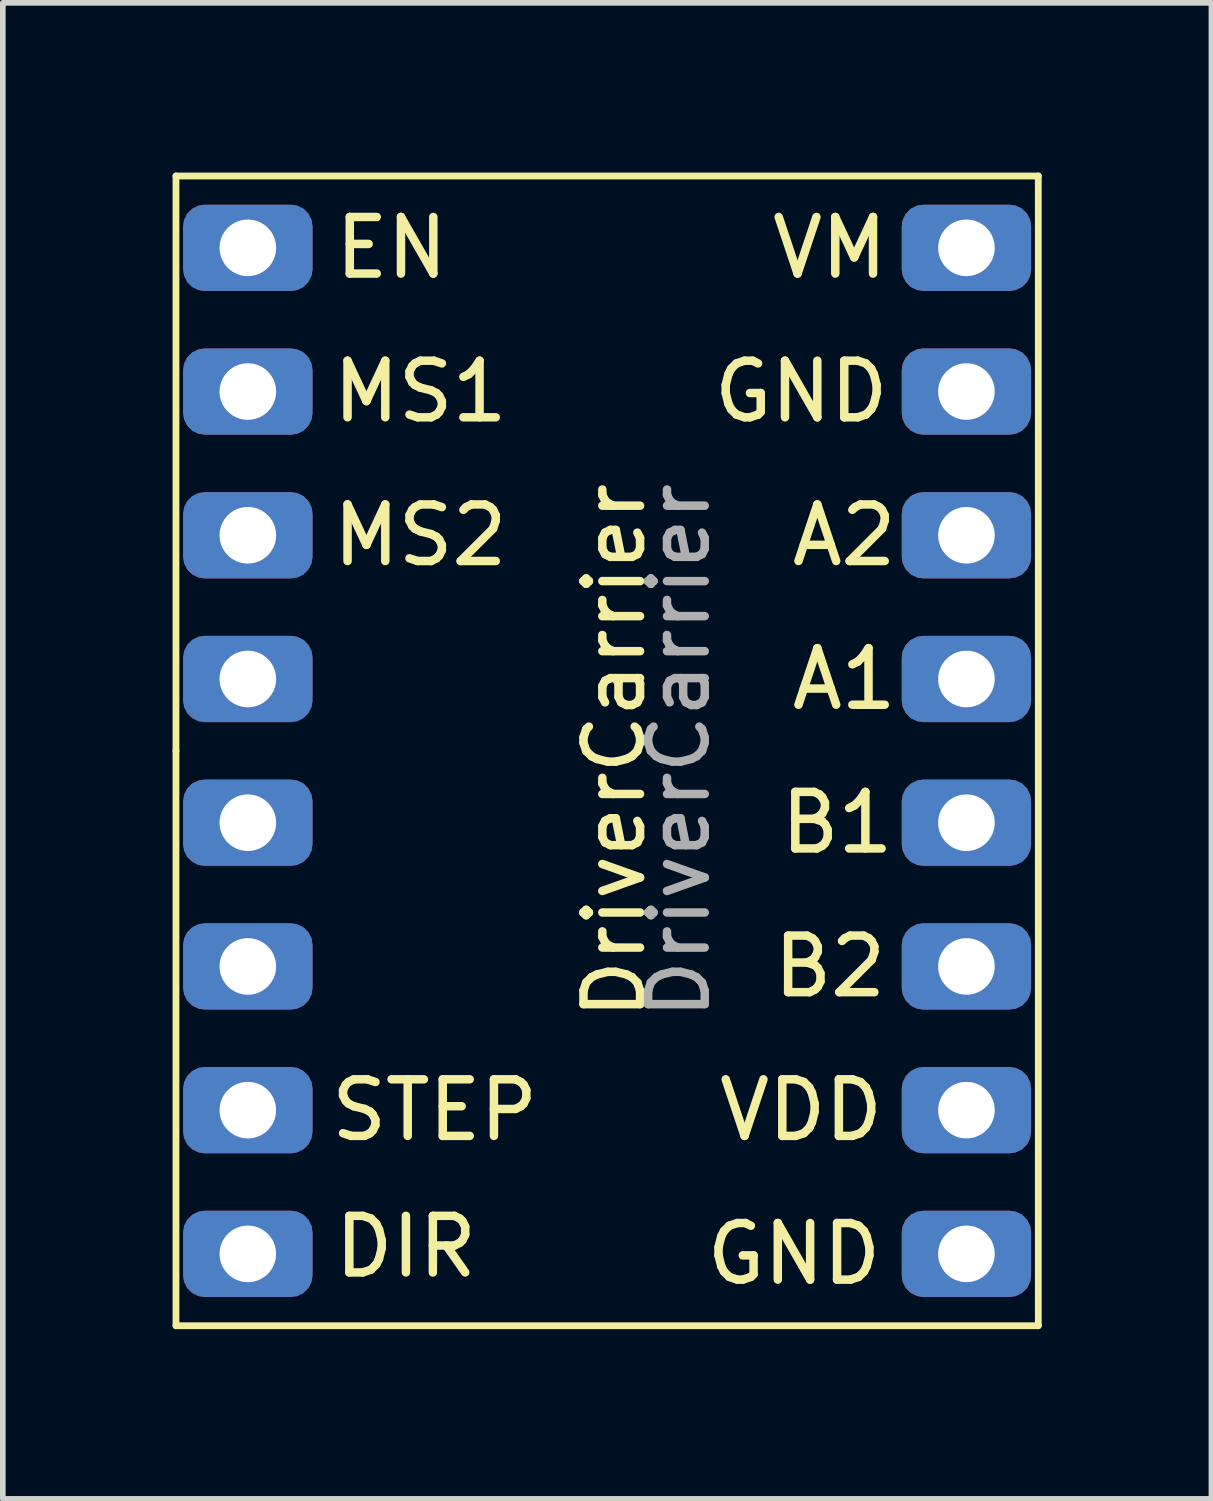
<source format=kicad_pcb>
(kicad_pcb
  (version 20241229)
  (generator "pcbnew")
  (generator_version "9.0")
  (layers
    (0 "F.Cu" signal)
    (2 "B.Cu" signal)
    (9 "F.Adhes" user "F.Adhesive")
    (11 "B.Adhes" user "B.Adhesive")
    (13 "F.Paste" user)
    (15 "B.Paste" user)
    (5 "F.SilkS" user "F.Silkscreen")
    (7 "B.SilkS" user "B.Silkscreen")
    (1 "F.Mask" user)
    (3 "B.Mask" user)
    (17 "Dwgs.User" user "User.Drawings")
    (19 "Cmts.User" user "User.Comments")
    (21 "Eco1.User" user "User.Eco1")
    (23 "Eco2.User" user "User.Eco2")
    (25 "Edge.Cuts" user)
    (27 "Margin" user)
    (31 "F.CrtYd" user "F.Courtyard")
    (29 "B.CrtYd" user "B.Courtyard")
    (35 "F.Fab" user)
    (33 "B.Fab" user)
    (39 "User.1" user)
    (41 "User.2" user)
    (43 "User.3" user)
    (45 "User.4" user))
  (footprint "DriverCarrier"
    (layer "F.Cu")
    (at 7.68 10.22)
    (property "Reference" "DriverCarrier" (at 0.127 0 90) (unlocked yes) (layer "F.SilkS") (effects (font (size 1 1) (thickness 0.15))))
    (attr through_hole)
    (fp_line (start -7.62 -10.16) (end 7.62 -10.16) (stroke (width 0.12) (type solid)) (layer "F.SilkS"))
    (fp_line (start -7.62 0) (end -7.62 -10.16) (stroke (width 0.12) (type solid)) (layer "F.SilkS"))
    (fp_line (start -7.62 10.16) (end -7.62 0) (stroke (width 0.12) (type solid)) (layer "F.SilkS"))
    (fp_line (start 7.62 -10.16) (end 7.62 10.16) (stroke (width 0.12) (type solid)) (layer "F.SilkS"))
    (fp_line (start 7.62 10.16) (end -7.62 10.16) (stroke (width 0.12) (type solid)) (layer "F.SilkS"))
    (fp_text user "EN" (at -3.81 -8.89 0) (unlocked yes) (layer "F.SilkS") (effects (font (size 1 1) (thickness 0.15))))
    (fp_text user "VDD" (at 3.429 6.35 0) (unlocked yes) (layer "F.SilkS") (effects (font (size 1 1) (thickness 0.15))))
    (fp_text user "B2" (at 3.937 3.81 0) (unlocked yes) (layer "F.SilkS") (effects (font (size 1 1) (thickness 0.15))))
    (fp_text user "A2" (at 4.191 -3.81 0) (unlocked yes) (layer "F.SilkS") (effects (font (size 1 1) (thickness 0.15))))
    (fp_text user "GND" (at 3.302 8.89 0) (unlocked yes) (layer "F.SilkS") (effects (font (size 1 1) (thickness 0.15))))
    (fp_text user "STEP" (at -3.048 6.35 0) (unlocked yes) (layer "F.SilkS") (effects (font (size 1 1) (thickness 0.15))))
    (fp_text user "MS1" (at -3.302 -6.35 0) (unlocked yes) (layer "F.SilkS") (effects (font (size 1 1) (thickness 0.15))))
    (fp_text user "A1" (at 4.191 -1.27 0) (unlocked yes) (layer "F.SilkS") (effects (font (size 1 1) (thickness 0.15))))
    (fp_text user "VM" (at 3.937 -8.89 0) (unlocked yes) (layer "F.SilkS") (effects (font (size 1 1) (thickness 0.15))))
    (fp_text user "DIR" (at -3.556 8.763 0) (unlocked yes) (layer "F.SilkS") (effects (font (size 1 1) (thickness 0.15))))
    (fp_text user "GND" (at 3.429 -6.35 0) (unlocked yes) (layer "F.SilkS") (effects (font (size 1 1) (thickness 0.15))))
    (fp_text user "B1" (at 4.064 1.27 0) (unlocked yes) (layer "F.SilkS") (effects (font (size 1 1) (thickness 0.15))))
    (fp_text user "MS2" (at -3.302 -3.81 0) (unlocked yes) (layer "F.SilkS") (effects (font (size 1 1) (thickness 0.15))))
    (fp_text user "${REFERENCE}" (at 1.27 0 90) (unlocked yes) (layer "F.Fab") (effects (font (size 1 1) (thickness 0.15))))
    (pad "1" thru_hole roundrect (at -6.35 -8.89) (size 2.286 1.524) (drill 1) (layers "*.Cu" "*.Mask") (roundrect_rratio 0.25))
    (pad "2" thru_hole roundrect (at -6.35 -6.35) (size 2.286 1.524) (drill 1) (layers "*.Cu" "*.Mask") (roundrect_rratio 0.25))
    (pad "3" thru_hole roundrect (at -6.35 -3.81) (size 2.286 1.524) (drill 1) (layers "*.Cu" "*.Mask") (roundrect_rratio 0.25))
    (pad "4" thru_hole roundrect (at -6.35 -1.27) (size 2.286 1.524) (drill 1) (layers "*.Cu" "*.Mask") (roundrect_rratio 0.25))
    (pad "5" thru_hole roundrect (at -6.35 1.27) (size 2.286 1.524) (drill 1) (layers "*.Cu" "*.Mask") (roundrect_rratio 0.25))
    (pad "6" thru_hole roundrect (at -6.35 3.81) (size 2.286 1.524) (drill 1) (layers "*.Cu" "*.Mask") (roundrect_rratio 0.25))
    (pad "7" thru_hole roundrect (at -6.35 6.35) (size 2.286 1.524) (drill 1) (layers "*.Cu" "*.Mask") (roundrect_rratio 0.25))
    (pad "8" thru_hole roundrect (at -6.35 8.89) (size 2.286 1.524) (drill 1) (layers "*.Cu" "*.Mask") (roundrect_rratio 0.25))
    (pad "9" thru_hole roundrect (at 6.35 8.89) (size 2.286 1.524) (drill 1) (layers "*.Cu" "*.Mask") (roundrect_rratio 0.25))
    (pad "10" thru_hole roundrect (at 6.35 6.35) (size 2.286 1.524) (drill 1) (layers "*.Cu" "*.Mask") (roundrect_rratio 0.25))
    (pad "11" thru_hole roundrect (at 6.35 3.81) (size 2.286 1.524) (drill 1) (layers "*.Cu" "*.Mask") (roundrect_rratio 0.25))
    (pad "12" thru_hole roundrect (at 6.35 1.27) (size 2.286 1.524) (drill 1) (layers "*.Cu" "*.Mask") (roundrect_rratio 0.25))
    (pad "13" thru_hole roundrect (at 6.35 -1.27) (size 2.286 1.524) (drill 1) (layers "*.Cu" "*.Mask") (roundrect_rratio 0.25))
    (pad "14" thru_hole roundrect (at 6.35 -3.81) (size 2.286 1.524) (drill 1) (layers "*.Cu" "*.Mask") (roundrect_rratio 0.25))
    (pad "15" thru_hole roundrect (at 6.35 -6.35) (size 2.286 1.524) (drill 1) (layers "*.Cu" "*.Mask") (roundrect_rratio 0.25))
    (pad "16" thru_hole roundrect (at 6.35 -8.89) (size 2.286 1.524) (drill 1) (layers "*.Cu" "*.Mask") (roundrect_rratio 0.25)))
  (gr_rect
    (start -3 -3)
    (end 18.36 23.44)
    (stroke (width 0.1) (type default))
    (fill no)
    (layer "Edge.Cuts")))
</source>
